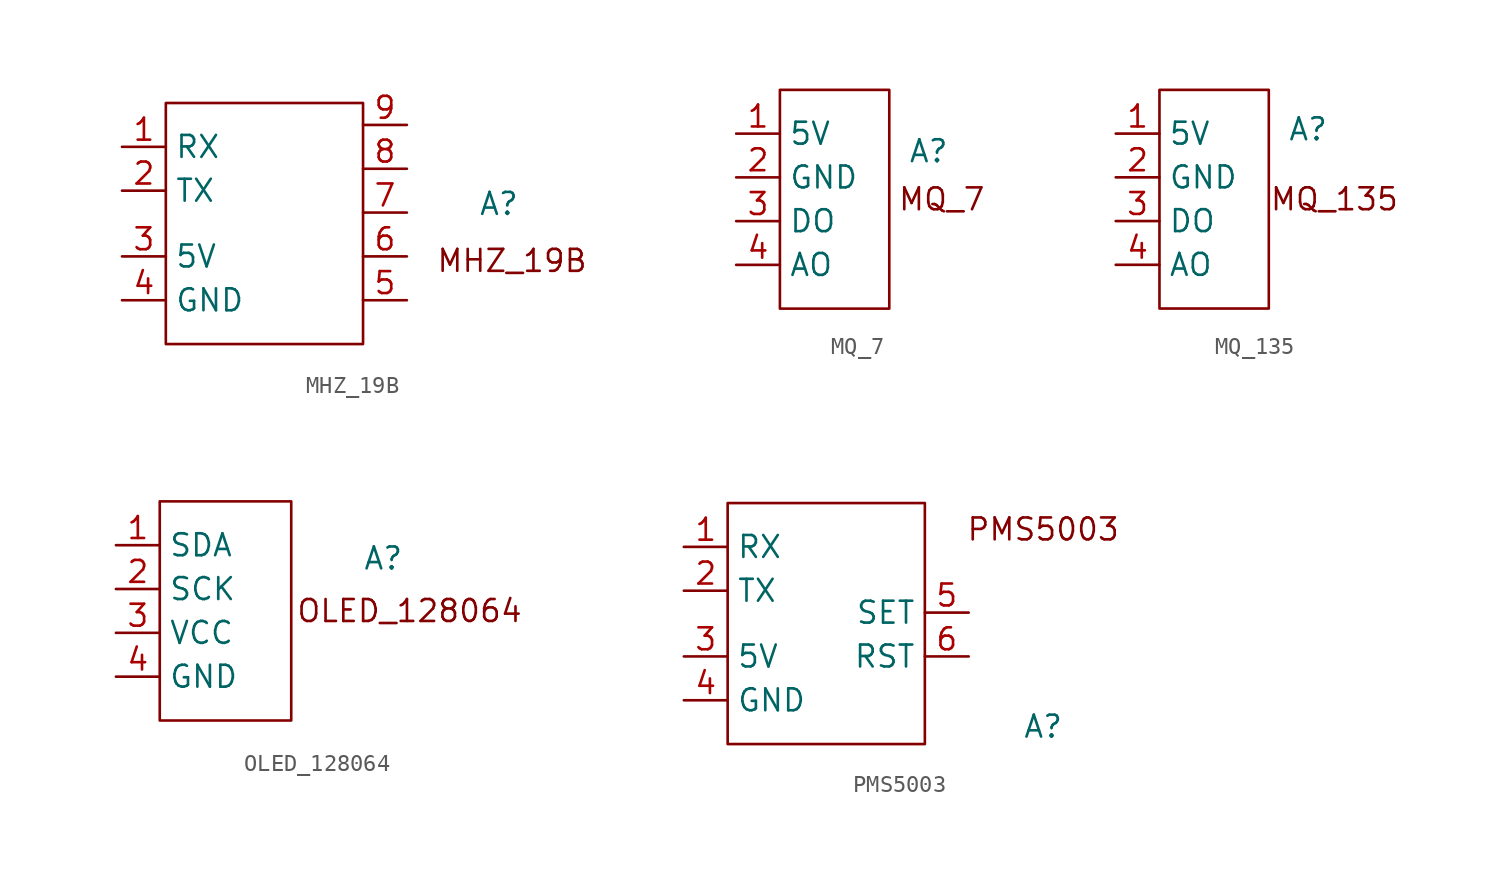
<source format=kicad_sym>
(kicad_symbol_lib
  (version 20231120)
  (generator "kicad_symbol_editor")
  (generator_version "8.0")
  (symbol "MHZ_19B"
    (property "Reference" "A"
      (at 19.304 1.778 0)
      (effects (font (size 1.27 1.27))))
    (property "Value" ""
      (at 0 1.27 0)
      (effects (font (size 1.27 1.27))))
    (symbol "MHZ_19B_0_1"
      (rectangle (start 0 7.62) (end 11.43 -6.35) (stroke (width 0) (type default)) (fill (type none))))
    (symbol "MHZ_19B_1_1"
      (text "MHZ_19B" (at 20.066 -1.524 0) (effects (font (size 1.27 1.27))))
      (pin bidirectional line (at -2.54 5.08 0) (length 2.54) (name "RX" (effects (font (size 1.27 1.27)))) (number "1" (effects (font (size 1.27 1.27)))))
      (pin bidirectional line (at -2.54 2.54 0) (length 2.54) (name "TX" (effects (font (size 1.27 1.27)))) (number "2" (effects (font (size 1.27 1.27)))))
      (pin power_in line (at -2.54 -1.27 0) (length 2.54) (name "5V" (effects (font (size 1.27 1.27)))) (number "3" (effects (font (size 1.27 1.27)))))
      (pin power_in line (at -2.54 -3.81 0) (length 2.54) (name "GND" (effects (font (size 1.27 1.27)))) (number "4" (effects (font (size 1.27 1.27)))))
      (pin unspecified line (at 13.97 -3.81 180) (length 2.54) (name "" (effects (font (size 1.27 1.27)))) (number "5" (effects (font (size 1.27 1.27)))))
      (pin unspecified line (at 13.97 -1.27 180) (length 2.54) (name "" (effects (font (size 1.27 1.27)))) (number "6" (effects (font (size 1.27 1.27)))))
      (pin unspecified line (at 13.97 1.27 180) (length 2.54) (name "" (effects (font (size 1.27 1.27)))) (number "7" (effects (font (size 1.27 1.27)))))
      (pin unspecified line (at 13.97 3.81 180) (length 2.54) (name "" (effects (font (size 1.27 1.27)))) (number "8" (effects (font (size 1.27 1.27)))))
      (pin unspecified line (at 13.97 6.35 180) (length 2.54) (name "" (effects (font (size 1.27 1.27)))) (number "9" (effects (font (size 1.27 1.27)))))))
  (symbol "MQ_7"
    (property "Reference" "A"
      (at 6.096 2.794 0)
      (effects (font (size 1.27 1.27))))
    (property "Value" ""
      (at 0 0 0)
      (effects (font (size 1.27 1.27))))
    (symbol "MQ_7_0_1"
      (rectangle (start -2.54 6.35) (end 3.81 -6.35) (stroke (width 0) (type default)) (fill (type none))))
    (symbol "MQ_7_1_1"
      (text "MQ_7" (at 6.858 0 0) (effects (font (size 1.27 1.27))))
      (pin input line (at -5.08 3.81 0) (length 2.54) (name "5V" (effects (font (size 1.27 1.27)))) (number "1" (effects (font (size 1.27 1.27)))))
      (pin input line (at -5.08 1.27 0) (length 2.54) (name "GND" (effects (font (size 1.27 1.27)))) (number "2" (effects (font (size 1.27 1.27)))))
      (pin output line (at -5.08 -1.27 0) (length 2.54) (name "DO" (effects (font (size 1.27 1.27)))) (number "3" (effects (font (size 1.27 1.27)))))
      (pin output line (at -5.08 -3.81 0) (length 2.54) (name "AO" (effects (font (size 1.27 1.27)))) (number "4" (effects (font (size 1.27 1.27)))))))
  (symbol "MQ_135"
    (property "Reference" "A"
      (at 8.636 4.064 0)
      (effects (font (size 1.27 1.27))))
    (property "Value" ""
      (at 0 1.27 0)
      (effects (font (size 1.27 1.27))))
    (symbol "MQ_135_0_1"
      (rectangle (start 0 6.35) (end 6.35 -6.35) (stroke (width 0) (type default)) (fill (type none))))
    (symbol "MQ_135_1_1"
      (text "MQ_135" (at 10.16 0 0) (effects (font (size 1.27 1.27))))
      (pin input line (at -2.54 3.81 0) (length 2.54) (name "5V" (effects (font (size 1.27 1.27)))) (number "1" (effects (font (size 1.27 1.27)))))
      (pin input line (at -2.54 1.27 0) (length 2.54) (name "GND" (effects (font (size 1.27 1.27)))) (number "2" (effects (font (size 1.27 1.27)))))
      (pin output line (at -2.54 -1.27 0) (length 2.54) (name "DO" (effects (font (size 1.27 1.27)))) (number "3" (effects (font (size 1.27 1.27)))))
      (pin output line (at -2.54 -3.81 0) (length 2.54) (name "AO" (effects (font (size 1.27 1.27)))) (number "4" (effects (font (size 1.27 1.27)))))))
  (symbol "OLED_128064"
    (property "Reference" "A"
      (at 12.954 3.048 0)
      (effects (font (size 1.27 1.27))))
    (property "Value" ""
      (at -2.54 -6.35 0)
      (effects (font (size 1.27 1.27))))
    (symbol "OLED_128064_0_1"
      (rectangle (start 0 6.35) (end 7.62 -6.35) (stroke (width 0) (type default)) (fill (type none))))
    (symbol "OLED_128064_1_1"
      (text "OLED_128064" (at 14.478 0 0) (effects (font (size 1.27 1.27))))
      (pin bidirectional line (at -2.54 3.81 0) (length 2.54) (name "SDA" (effects (font (size 1.27 1.27)))) (number "1" (effects (font (size 1.27 1.27)))))
      (pin bidirectional line (at -2.54 1.27 0) (length 2.54) (name "SCK" (effects (font (size 1.27 1.27)))) (number "2" (effects (font (size 1.27 1.27)))))
      (pin power_in line (at -2.54 -1.27 0) (length 2.54) (name "VCC" (effects (font (size 1.27 1.27)))) (number "3" (effects (font (size 1.27 1.27)))))
      (pin power_in line (at -2.54 -3.81 0) (length 2.54) (name "GND" (effects (font (size 1.27 1.27)))) (number "4" (effects (font (size 1.27 1.27)))))))
  (symbol "PMS5003"
    (property "Reference" "A"
      (at 11.938 -5.334 0)
      (effects (font (size 1.27 1.27))))
    (property "Value" ""
      (at 0 0 0)
      (effects (font (size 1.27 1.27))))
    (symbol "PMS5003_0_1"
      (rectangle (start -6.35 7.62) (end 5.08 -6.35) (stroke (width 0) (type default)) (fill (type none))))
    (symbol "PMS5003_1_1"
      (text "PMS5003" (at 11.938 6.096 0) (effects (font (size 1.27 1.27))))
      (pin bidirectional line (at -8.89 5.08 0) (length 2.54) (name "RX" (effects (font (size 1.27 1.27)))) (number "1" (effects (font (size 1.27 1.27)))))
      (pin bidirectional line (at -8.89 2.54 0) (length 2.54) (name "TX" (effects (font (size 1.27 1.27)))) (number "2" (effects (font (size 1.27 1.27)))))
      (pin power_in line (at -8.89 -1.27 0) (length 2.54) (name "5V" (effects (font (size 1.27 1.27)))) (number "3" (effects (font (size 1.27 1.27)))))
      (pin power_in line (at -8.89 -3.81 0) (length 2.54) (name "GND" (effects (font (size 1.27 1.27)))) (number "4" (effects (font (size 1.27 1.27)))))
      (pin unspecified line (at 7.62 1.27 180) (length 2.54) (name "SET" (effects (font (size 1.27 1.27)))) (number "5" (effects (font (size 1.27 1.27)))))
      (pin unspecified line (at 7.62 -1.27 180) (length 2.54) (name "RST" (effects (font (size 1.27 1.27)))) (number "6" (effects (font (size 1.27 1.27))))))))
</source>
